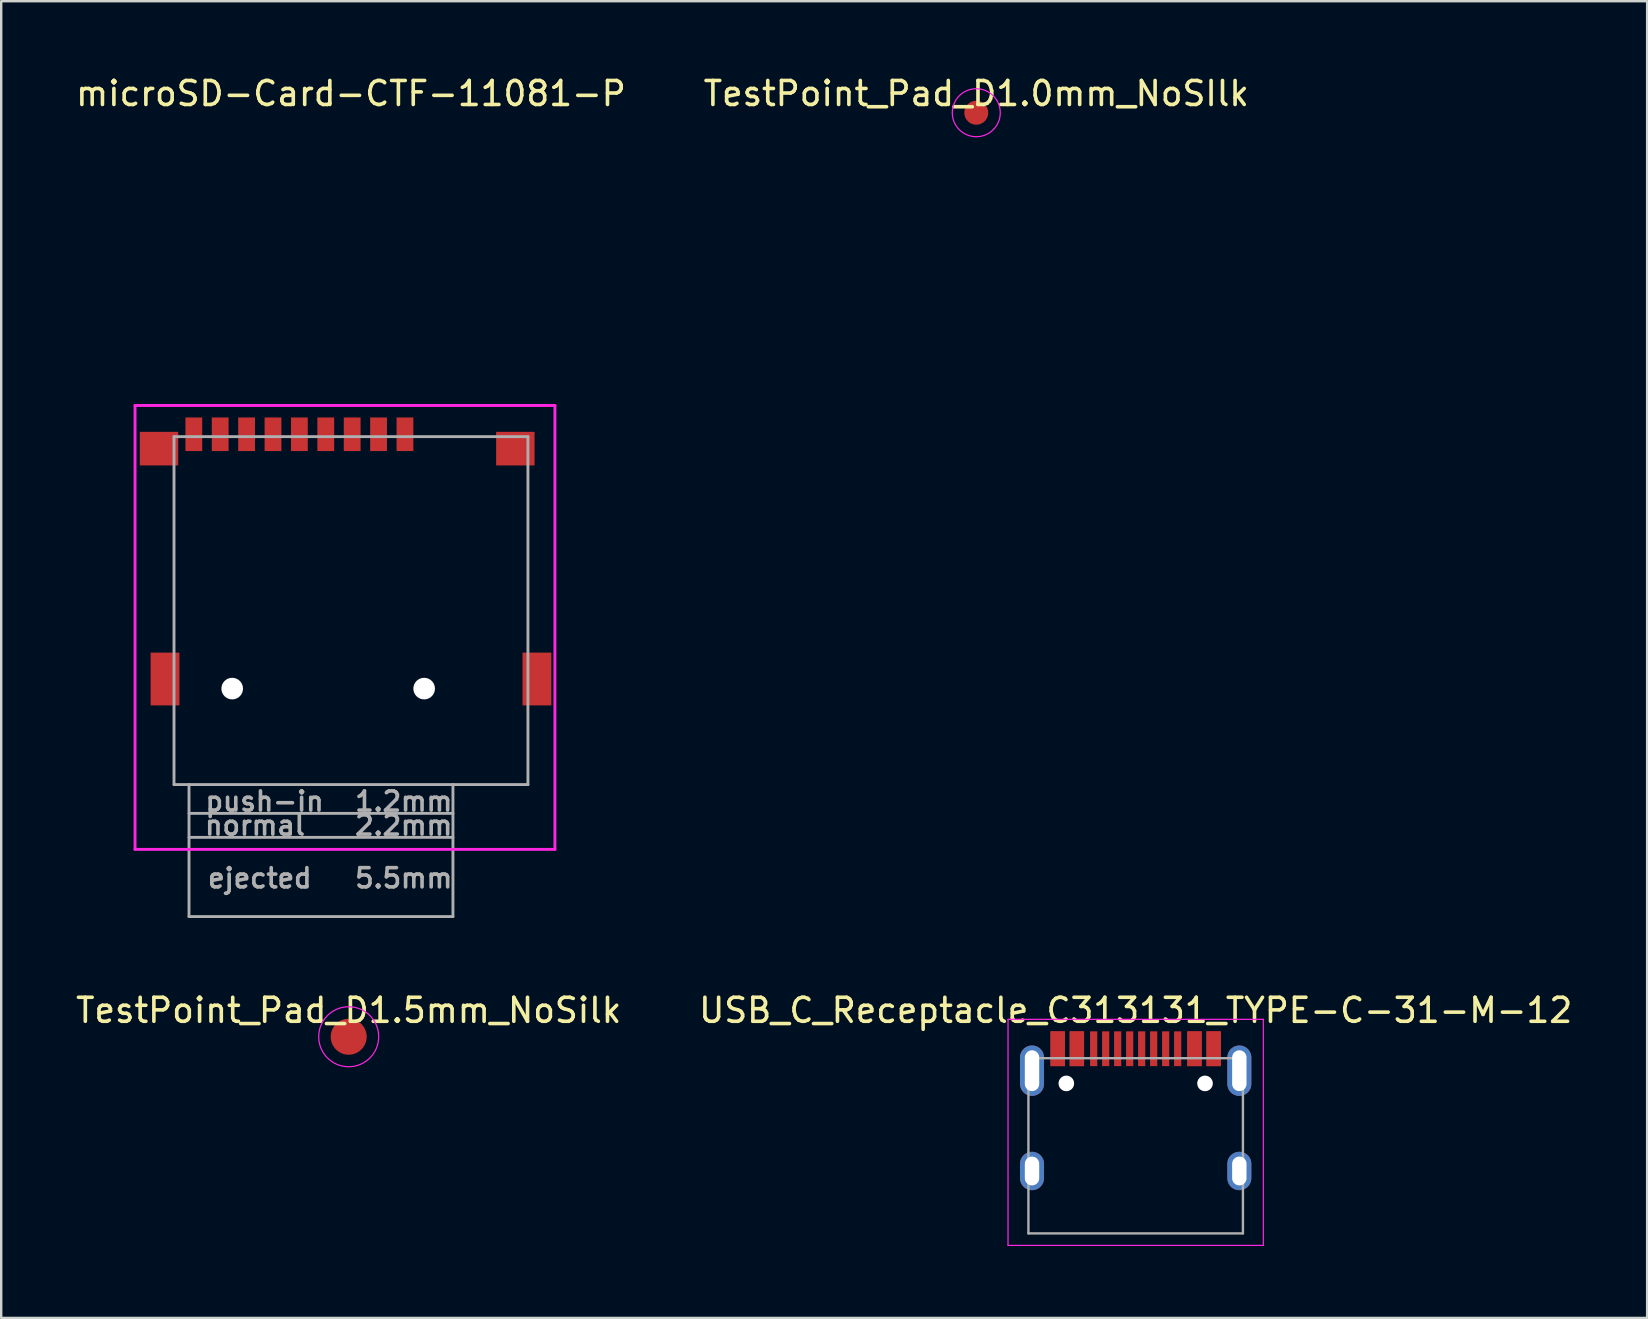
<source format=kicad_pcb>
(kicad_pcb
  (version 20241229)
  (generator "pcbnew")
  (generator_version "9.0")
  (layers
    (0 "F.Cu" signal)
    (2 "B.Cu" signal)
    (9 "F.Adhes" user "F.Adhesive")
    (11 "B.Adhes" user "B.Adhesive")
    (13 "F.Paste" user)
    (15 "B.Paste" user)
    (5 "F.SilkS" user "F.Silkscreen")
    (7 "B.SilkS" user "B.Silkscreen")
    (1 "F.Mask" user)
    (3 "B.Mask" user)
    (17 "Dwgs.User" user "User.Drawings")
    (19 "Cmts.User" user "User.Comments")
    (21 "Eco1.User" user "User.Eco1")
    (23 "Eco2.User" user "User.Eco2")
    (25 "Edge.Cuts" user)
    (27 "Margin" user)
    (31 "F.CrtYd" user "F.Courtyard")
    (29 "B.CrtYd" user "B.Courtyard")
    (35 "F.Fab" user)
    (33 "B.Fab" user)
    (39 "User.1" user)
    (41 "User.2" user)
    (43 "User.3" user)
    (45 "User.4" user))
  (footprint "TestPoint_Pad_D1.0mm_NoSIlk"
    (layer "F.Cu")
    (at 37.637 1.648)
    (property "Reference" "TestPoint_Pad_D1.0mm_NoSIlk" (at 0 -0.8 0) (layer "F.SilkS") (effects (font (size 1 1) (thickness 0.15))))
    (attr exclude_from_pos_files exclude_from_bom)
    (fp_circle (center 0 0) (end 1 0) (stroke (width 0.05) (type solid)) (fill no) (layer "F.CrtYd"))
    (pad "1" smd circle (at 0 0) (size 1 1) (layers "F.Cu" "F.Mask")))
  (footprint "TestPoint_Pad_D1.5mm_NoSilk"
    (layer "F.Cu")
    (at 11.482 40.157)
    (property "Reference" "TestPoint_Pad_D1.5mm_NoSilk" (at 0 -1.1 0) (layer "F.SilkS") (effects (font (size 1 1) (thickness 0.15))))
    (attr exclude_from_pos_files exclude_from_bom)
    (fp_circle (center 0 0) (end 1.25 0) (stroke (width 0.05) (type solid)) (fill no) (layer "F.CrtYd"))
    (pad "1" smd circle (at 0 0) (size 1.5 1.5) (layers "F.Cu" "F.Mask")))
  (footprint "microSD-Card-CTF-11081-P"
    (layer "F.Cu")
    (at 11.577 14.348)
    (property "Reference" "microSD-Card-CTF-11081-P" (at 0 -13.5 0) (layer "F.SilkS") (effects (font (size 1 1) (thickness 0.15))))
    (attr through_hole)
    (fp_line (start -9 -0.5) (end 8.5 -0.5) (stroke (width 0.12) (type solid)) (layer "F.CrtYd"))
    (fp_line (start -9 18) (end -9 -0.5) (stroke (width 0.12) (type solid)) (layer "F.CrtYd"))
    (fp_line (start 8.5 -0.5) (end 8.5 18) (stroke (width 0.12) (type solid)) (layer "F.CrtYd"))
    (fp_line (start 8.5 18) (end -9 18) (stroke (width 0.12) (type solid)) (layer "F.CrtYd"))
    (fp_line (start -7.375 0.8) (end 7.375 0.8) (stroke (width 0.12) (type solid)) (layer "F.Fab"))
    (fp_line (start -7.375 15.3) (end -7.375 0.8) (stroke (width 0.12) (type solid)) (layer "F.Fab"))
    (fp_line (start -7.375 15.3) (end 7.375 15.3) (stroke (width 0.12) (type solid)) (layer "F.Fab"))
    (fp_line (start -6.75 16.5) (end 4.25 16.5) (stroke (width 0.12) (type solid)) (layer "F.Fab"))
    (fp_line (start -6.75 17.5) (end 4.25 17.5) (stroke (width 0.12) (type solid)) (layer "F.Fab"))
    (fp_line (start -6.75 20.8) (end -6.75 15.3) (stroke (width 0.12) (type solid)) (layer "F.Fab"))
    (fp_line (start -6.75 20.8) (end 4.25 20.8) (stroke (width 0.12) (type solid)) (layer "F.Fab"))
    (fp_line (start 4.25 20.8) (end 4.25 15.3) (stroke (width 0.12) (type solid)) (layer "F.Fab"))
    (fp_line (start 7.375 0.8) (end 7.375 15.3) (stroke (width 0.12) (type solid)) (layer "F.Fab"))
    (fp_text user "push-in" (at -3.6 16 0) (layer "F.Fab") (effects (font (size 0.8 0.8) (thickness 0.15))))
    (fp_text user "5.5mm" (at 2.2 19.2 0) (layer "F.Fab") (effects (font (size 0.8 0.8) (thickness 0.15))))
    (fp_text user "1.2mm" (at 2.2 16 0) (layer "F.Fab") (effects (font (size 0.8 0.8) (thickness 0.15))))
    (fp_text user "2.2mm" (at 2.2 17 0) (layer "F.Fab") (effects (font (size 0.8 0.8) (thickness 0.15))))
    (fp_text user "normal" (at -4 17 0) (layer "F.Fab") (effects (font (size 0.8 0.8) (thickness 0.15))))
    (fp_text user "ejected" (at -3.8 19.2 0) (layer "F.Fab") (effects (font (size 0.8 0.8) (thickness 0.15))))
    (pad "" np_thru_hole circle (at -4.95 11.3) (size 0.9 0.9) (drill 0.9) (layers "*.Cu" "*.Mask"))
    (pad "" np_thru_hole circle (at 3.05 11.3) (size 0.9 0.9) (drill 0.9) (layers "*.Cu" "*.Mask"))
    (pad "1" smd rect (at 2.25 0.7) (size 0.7 1.4) (layers "F.Cu" "F.Mask" "F.Paste"))
    (pad "2" smd rect (at 1.15 0.7) (size 0.7 1.4) (layers "F.Cu" "F.Mask" "F.Paste"))
    (pad "3" smd rect (at 0.05 0.7) (size 0.7 1.4) (layers "F.Cu" "F.Mask" "F.Paste"))
    (pad "4" smd rect (at -1.05 0.7) (size 0.7 1.4) (layers "F.Cu" "F.Mask" "F.Paste"))
    (pad "5" smd rect (at -2.15 0.7) (size 0.7 1.4) (layers "F.Cu" "F.Mask" "F.Paste"))
    (pad "6" smd rect (at -3.25 0.7) (size 0.7 1.4) (layers "F.Cu" "F.Mask" "F.Paste"))
    (pad "7" smd rect (at -4.35 0.7) (size 0.7 1.4) (layers "F.Cu" "F.Mask" "F.Paste"))
    (pad "8" smd rect (at -5.45 0.7) (size 0.7 1.4) (layers "F.Cu" "F.Mask" "F.Paste"))
    (pad "Cd" smd rect (at -6.55 0.7) (size 0.7 1.4) (layers "F.Cu" "F.Mask" "F.Paste"))
    (pad "SH" smd rect (at -8 1.3) (size 1.6 1.4) (layers "F.Cu" "F.Mask" "F.Paste"))
    (pad "SH" smd rect (at -7.75 10.9) (size 1.2 2.2) (layers "F.Cu" "F.Mask" "F.Paste"))
    (pad "SH" smd rect (at 6.85 1.3) (size 1.6 1.4) (layers "F.Cu" "F.Mask" "F.Paste"))
    (pad "SH" smd rect (at 7.75 10.9) (size 1.2 2.2) (layers "F.Cu" "F.Mask" "F.Paste")))
  (footprint "USB_C_Receptacle_C313131_TYPE-C-31-M-12"
    (layer "F.Cu")
    (at 44.28 44.702)
    (property "Reference" "USB_C_Receptacle_C313131_TYPE-C-31-M-12" (at 0 -5.645 0) (layer "F.SilkS") (effects (font (size 1 1) (thickness 0.15))))
    (attr smd)
    (fp_line (start -5.32 -5.27) (end -5.32 4.15) (stroke (width 0.05) (type solid)) (layer "F.CrtYd"))
    (fp_line (start -5.32 -5.27) (end 5.32 -5.27) (stroke (width 0.05) (type solid)) (layer "F.CrtYd"))
    (fp_line (start -5.32 4.15) (end 5.32 4.15) (stroke (width 0.05) (type solid)) (layer "F.CrtYd"))
    (fp_line (start 5.32 -5.27) (end 5.32 4.15) (stroke (width 0.05) (type solid)) (layer "F.CrtYd"))
    (fp_line (start -4.47 -3.65) (end -4.47 3.65) (stroke (width 0.1) (type solid)) (layer "F.Fab"))
    (fp_line (start -4.47 -3.65) (end 4.47 -3.65) (stroke (width 0.1) (type solid)) (layer "F.Fab"))
    (fp_line (start -4.47 3.65) (end 4.47 3.65) (stroke (width 0.1) (type solid)) (layer "F.Fab"))
    (fp_line (start 4.47 -3.65) (end 4.47 3.65) (stroke (width 0.1) (type solid)) (layer "F.Fab"))
    (pad "" np_thru_hole circle (at -2.89 -2.6) (size 0.65 0.65) (drill 0.65) (layers "*.Cu" "*.Mask"))
    (pad "" np_thru_hole circle (at 2.89 -2.6) (size 0.65 0.65) (drill 0.65) (layers "*.Cu" "*.Mask"))
    (pad "A1" smd rect (at -3.25 -4.045) (size 0.6 1.45) (layers "F.Cu" "F.Mask" "F.Paste"))
    (pad "A4" smd rect (at -2.45 -4.045) (size 0.6 1.45) (layers "F.Cu" "F.Mask" "F.Paste"))
    (pad "A5" smd rect (at -1.25 -4.045) (size 0.3 1.45) (layers "F.Cu" "F.Mask" "F.Paste"))
    (pad "A6" smd rect (at -0.25 -4.045) (size 0.3 1.45) (layers "F.Cu" "F.Mask" "F.Paste"))
    (pad "A7" smd rect (at 0.25 -4.045) (size 0.3 1.45) (layers "F.Cu" "F.Mask" "F.Paste"))
    (pad "A8" smd rect (at 1.25 -4.045) (size 0.3 1.45) (layers "F.Cu" "F.Mask" "F.Paste"))
    (pad "A9" smd rect (at 2.45 -4.045) (size 0.6 1.45) (layers "F.Cu" "F.Mask" "F.Paste"))
    (pad "A12" smd rect (at 3.25 -4.045) (size 0.6 1.45) (layers "F.Cu" "F.Mask" "F.Paste"))
    (pad "B1" smd rect (at 3.25 -4.045) (size 0.6 1.45) (layers "F.Cu" "F.Mask" "F.Paste"))
    (pad "B4" smd rect (at 2.45 -4.045) (size 0.6 1.45) (layers "F.Cu" "F.Mask" "F.Paste"))
    (pad "B5" smd rect (at 1.75 -4.045) (size 0.3 1.45) (layers "F.Cu" "F.Mask" "F.Paste"))
    (pad "B6" smd rect (at 0.75 -4.045) (size 0.3 1.45) (layers "F.Cu" "F.Mask" "F.Paste"))
    (pad "B7" smd rect (at -0.75 -4.045) (size 0.3 1.45) (layers "F.Cu" "F.Mask" "F.Paste"))
    (pad "B8" smd rect (at -1.75 -4.045) (size 0.3 1.45) (layers "F.Cu" "F.Mask" "F.Paste"))
    (pad "B9" smd rect (at -2.45 -4.045) (size 0.6 1.45) (layers "F.Cu" "F.Mask" "F.Paste"))
    (pad "B12" smd rect (at -3.25 -4.045) (size 0.6 1.45) (layers "F.Cu" "F.Mask" "F.Paste"))
    (pad "S1" thru_hole oval (at -4.32 -3.13) (size 1 2.1) (drill oval 0.6 1.7) (layers "*.Cu" "*.Mask"))
    (pad "S1" thru_hole oval (at -4.32 1.05) (size 1 1.6) (drill oval 0.6 1.2) (layers "*.Cu" "*.Mask"))
    (pad "S1" thru_hole oval (at 4.32 -3.13) (size 1 2.1) (drill oval 0.6 1.7) (layers "*.Cu" "*.Mask"))
    (pad "S1" thru_hole oval (at 4.32 1.05) (size 1 1.6) (drill oval 0.6 1.2) (layers "*.Cu" "*.Mask")))
  (gr_rect
    (start -3 -3)
    (end 65.595 51.877)
    (stroke (width 0.1) (type default))
    (fill no)
    (layer "Edge.Cuts")))
</source>
